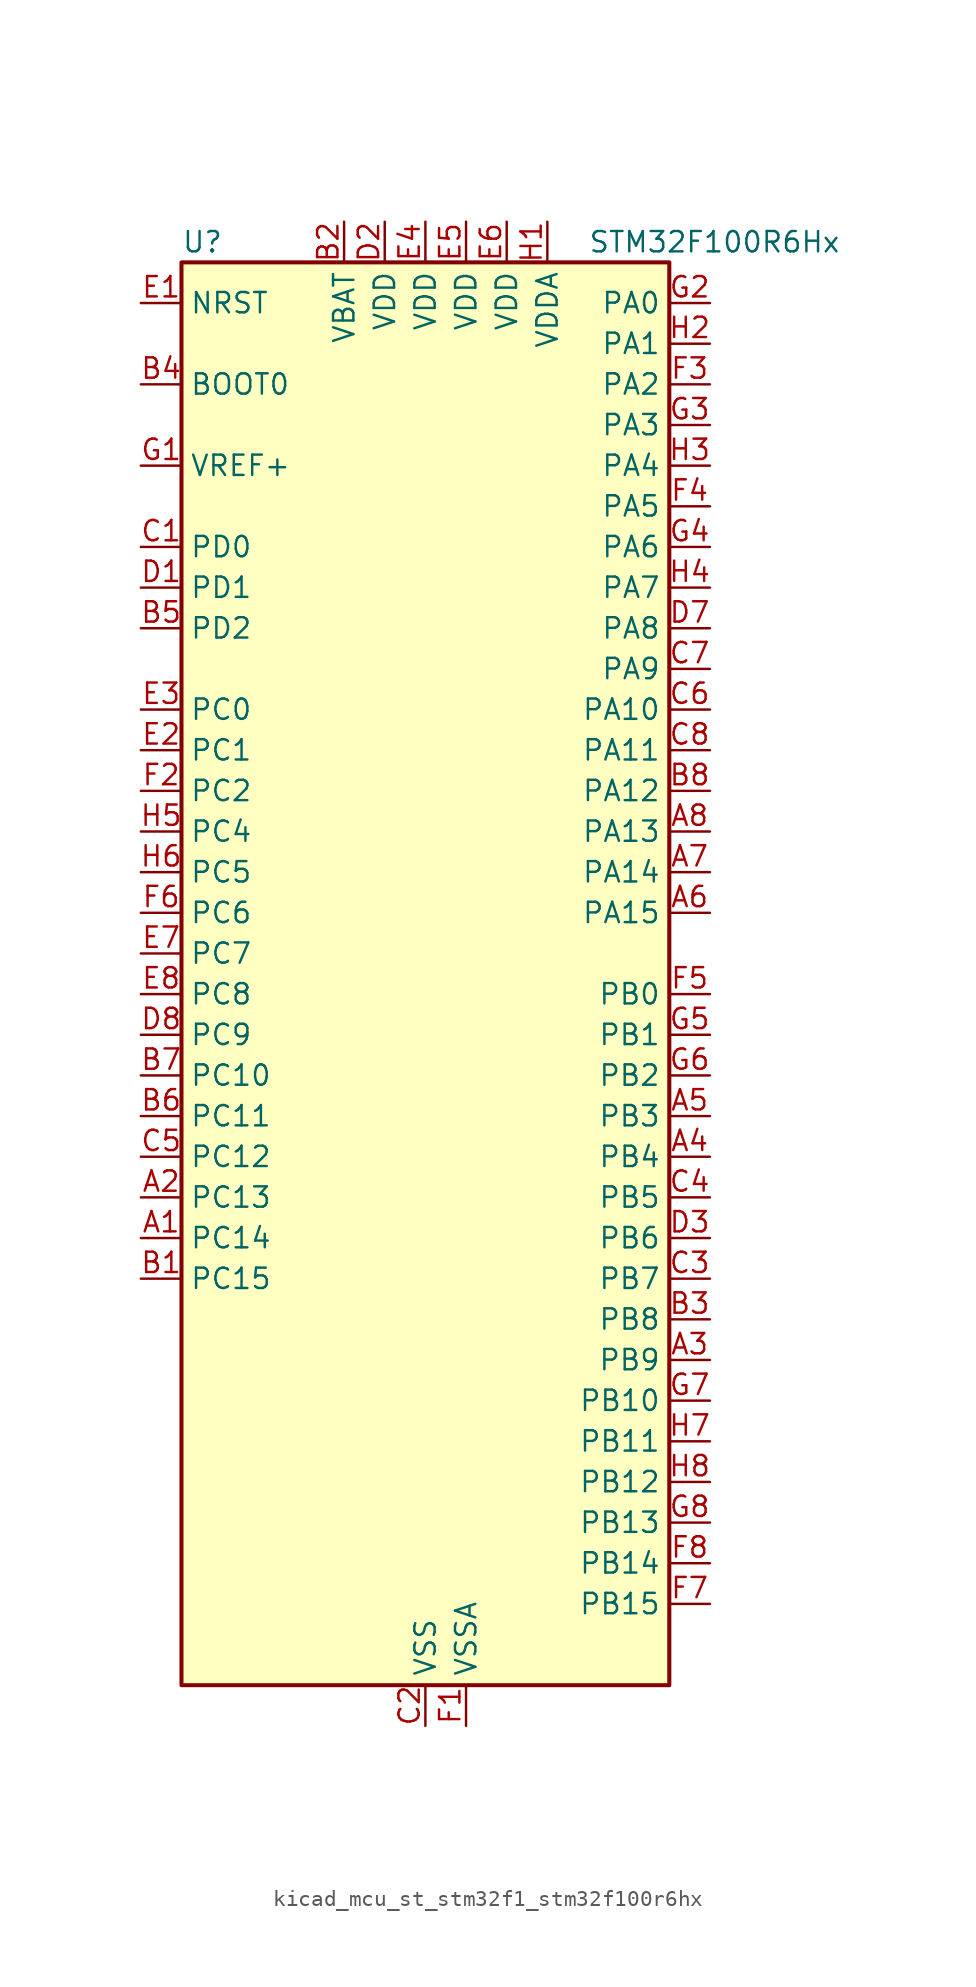
<source format=kicad_sym>
(kicad_symbol_lib
  (version 20220914)
  (generator kicad_symbol_editor)
  (symbol "kicad_mcu_st_stm32f1_stm32f100r6hx"
    (property "Reference" "U"
      (at -15.24 46.99 0)
      (effects (font (size 1.27 1.27)) (justify left)))
    (property "Value" "STM32F100R6Hx"
      (at 10.16 46.99 0)
      (effects (font (size 1.27 1.27)) (justify left)))
    (property "ki_locked" ""
      (at 0 0 0)
      (effects (font (size 1.27 1.27))))
    (symbol "kicad_mcu_st_stm32f1_stm32f100r6hx_0_1"
      (rectangle (start -15.24 -43.18) (end 15.24 45.72) (stroke (width 0.254) (type default)) (fill (type background))))
    (symbol "kicad_mcu_st_stm32f1_stm32f100r6hx_1_1"
      (pin bidirectional line (at -17.78 -15.24 0) (length 2.54) (name "PC14" (effects (font (size 1.27 1.27)))) (number "A1" (effects (font (size 1.27 1.27)))) (alternate "RCC_OSC32_IN" bidirectional line))
      (pin bidirectional line (at -17.78 -12.7 0) (length 2.54) (name "PC13" (effects (font (size 1.27 1.27)))) (number "A2" (effects (font (size 1.27 1.27)))) (alternate "RTC_OUT" bidirectional line) (alternate "RTC_TAMPER" bidirectional line))
      (pin bidirectional line (at 17.78 -22.86 180) (length 2.54) (name "PB9" (effects (font (size 1.27 1.27)))) (number "A3" (effects (font (size 1.27 1.27)))) (alternate "DAC_EXTI9" bidirectional line) (alternate "I2C1_SDA" bidirectional line) (alternate "TIM17_CH1" bidirectional line))
      (pin bidirectional line (at 17.78 -10.16 180) (length 2.54) (name "PB4" (effects (font (size 1.27 1.27)))) (number "A4" (effects (font (size 1.27 1.27)))) (alternate "SPI1_MISO" bidirectional line) (alternate "SYS_NJTRST" bidirectional line) (alternate "TIM3_CH1" bidirectional line))
      (pin bidirectional line (at 17.78 -7.62 180) (length 2.54) (name "PB3" (effects (font (size 1.27 1.27)))) (number "A5" (effects (font (size 1.27 1.27)))) (alternate "SPI1_SCK" bidirectional line) (alternate "SYS_JTDO-TRACESWO" bidirectional line) (alternate "TIM2_CH2" bidirectional line))
      (pin bidirectional line (at 17.78 5.08 180) (length 2.54) (name "PA15" (effects (font (size 1.27 1.27)))) (number "A6" (effects (font (size 1.27 1.27)))) (alternate "ADC1_EXTI15" bidirectional line) (alternate "SPI1_NSS" bidirectional line) (alternate "SYS_JTDI" bidirectional line) (alternate "TIM2_CH1" bidirectional line) (alternate "TIM2_ETR" bidirectional line))
      (pin bidirectional line (at 17.78 7.62 180) (length 2.54) (name "PA14" (effects (font (size 1.27 1.27)))) (number "A7" (effects (font (size 1.27 1.27)))) (alternate "SYS_JTCK-SWCLK" bidirectional line))
      (pin bidirectional line (at 17.78 10.16 180) (length 2.54) (name "PA13" (effects (font (size 1.27 1.27)))) (number "A8" (effects (font (size 1.27 1.27)))) (alternate "SYS_JTMS-SWDIO" bidirectional line))
      (pin bidirectional line (at -17.78 -17.78 0) (length 2.54) (name "PC15" (effects (font (size 1.27 1.27)))) (number "B1" (effects (font (size 1.27 1.27)))) (alternate "ADC1_EXTI15" bidirectional line) (alternate "RCC_OSC32_OUT" bidirectional line))
      (pin power_in line (at -5.08 48.26 270) (length 2.54) (name "VBAT" (effects (font (size 1.27 1.27)))) (number "B2" (effects (font (size 1.27 1.27)))))
      (pin bidirectional line (at 17.78 -20.32 180) (length 2.54) (name "PB8" (effects (font (size 1.27 1.27)))) (number "B3" (effects (font (size 1.27 1.27)))) (alternate "CEC" bidirectional line) (alternate "I2C1_SCL" bidirectional line) (alternate "TIM16_CH1" bidirectional line))
      (pin input line (at -17.78 38.1 0) (length 2.54) (name "BOOT0" (effects (font (size 1.27 1.27)))) (number "B4" (effects (font (size 1.27 1.27)))))
      (pin bidirectional line (at -17.78 22.86 0) (length 2.54) (name "PD2" (effects (font (size 1.27 1.27)))) (number "B5" (effects (font (size 1.27 1.27)))) (alternate "TIM3_ETR" bidirectional line))
      (pin bidirectional line (at -17.78 -7.62 0) (length 2.54) (name "PC11" (effects (font (size 1.27 1.27)))) (number "B6" (effects (font (size 1.27 1.27)))) (alternate "ADC1_EXTI11" bidirectional line))
      (pin bidirectional line (at -17.78 -5.08 0) (length 2.54) (name "PC10" (effects (font (size 1.27 1.27)))) (number "B7" (effects (font (size 1.27 1.27)))))
      (pin bidirectional line (at 17.78 12.7 180) (length 2.54) (name "PA12" (effects (font (size 1.27 1.27)))) (number "B8" (effects (font (size 1.27 1.27)))) (alternate "TIM1_ETR" bidirectional line) (alternate "USART1_RTS" bidirectional line))
      (pin bidirectional line (at -17.78 27.94 0) (length 2.54) (name "PD0" (effects (font (size 1.27 1.27)))) (number "C1" (effects (font (size 1.27 1.27)))) (alternate "RCC_OSC_IN" bidirectional line))
      (pin power_in line (at 0 -45.72 90) (length 2.54) (name "VSS" (effects (font (size 1.27 1.27)))) (number "C2" (effects (font (size 1.27 1.27)))))
      (pin bidirectional line (at 17.78 -17.78 180) (length 2.54) (name "PB7" (effects (font (size 1.27 1.27)))) (number "C3" (effects (font (size 1.27 1.27)))) (alternate "I2C1_SDA" bidirectional line) (alternate "TIM17_CH1N" bidirectional line) (alternate "USART1_RX" bidirectional line))
      (pin bidirectional line (at 17.78 -12.7 180) (length 2.54) (name "PB5" (effects (font (size 1.27 1.27)))) (number "C4" (effects (font (size 1.27 1.27)))) (alternate "I2C1_SMBA" bidirectional line) (alternate "SPI1_MOSI" bidirectional line) (alternate "TIM16_BKIN" bidirectional line) (alternate "TIM3_CH2" bidirectional line))
      (pin bidirectional line (at -17.78 -10.16 0) (length 2.54) (name "PC12" (effects (font (size 1.27 1.27)))) (number "C5" (effects (font (size 1.27 1.27)))))
      (pin bidirectional line (at 17.78 17.78 180) (length 2.54) (name "PA10" (effects (font (size 1.27 1.27)))) (number "C6" (effects (font (size 1.27 1.27)))) (alternate "TIM17_BKIN" bidirectional line) (alternate "TIM1_CH3" bidirectional line) (alternate "USART1_RX" bidirectional line))
      (pin bidirectional line (at 17.78 20.32 180) (length 2.54) (name "PA9" (effects (font (size 1.27 1.27)))) (number "C7" (effects (font (size 1.27 1.27)))) (alternate "DAC_EXTI9" bidirectional line) (alternate "TIM15_BKIN" bidirectional line) (alternate "TIM1_CH2" bidirectional line) (alternate "USART1_TX" bidirectional line))
      (pin bidirectional line (at 17.78 15.24 180) (length 2.54) (name "PA11" (effects (font (size 1.27 1.27)))) (number "C8" (effects (font (size 1.27 1.27)))) (alternate "ADC1_EXTI11" bidirectional line) (alternate "TIM1_CH4" bidirectional line) (alternate "USART1_CTS" bidirectional line))
      (pin bidirectional line (at -17.78 25.4 0) (length 2.54) (name "PD1" (effects (font (size 1.27 1.27)))) (number "D1" (effects (font (size 1.27 1.27)))) (alternate "RCC_OSC_OUT" bidirectional line))
      (pin power_in line (at -2.54 48.26 270) (length 2.54) (name "VDD" (effects (font (size 1.27 1.27)))) (number "D2" (effects (font (size 1.27 1.27)))))
      (pin bidirectional line (at 17.78 -15.24 180) (length 2.54) (name "PB6" (effects (font (size 1.27 1.27)))) (number "D3" (effects (font (size 1.27 1.27)))) (alternate "I2C1_SCL" bidirectional line) (alternate "TIM16_CH1N" bidirectional line) (alternate "USART1_TX" bidirectional line))
      (pin passive line (at 0 -45.72 90) (length 2.54) hide (name "VSS" (effects (font (size 1.27 1.27)))) (number "D4" (effects (font (size 1.27 1.27)))))
      (pin passive line (at 0 -45.72 90) (length 2.54) hide (name "VSS" (effects (font (size 1.27 1.27)))) (number "D5" (effects (font (size 1.27 1.27)))))
      (pin passive line (at 0 -45.72 90) (length 2.54) hide (name "VSS" (effects (font (size 1.27 1.27)))) (number "D6" (effects (font (size 1.27 1.27)))))
      (pin bidirectional line (at 17.78 22.86 180) (length 2.54) (name "PA8" (effects (font (size 1.27 1.27)))) (number "D7" (effects (font (size 1.27 1.27)))) (alternate "RCC_MCO" bidirectional line) (alternate "TIM1_CH1" bidirectional line) (alternate "USART1_CK" bidirectional line))
      (pin bidirectional line (at -17.78 -2.54 0) (length 2.54) (name "PC9" (effects (font (size 1.27 1.27)))) (number "D8" (effects (font (size 1.27 1.27)))) (alternate "DAC_EXTI9" bidirectional line) (alternate "TIM3_CH4" bidirectional line))
      (pin input line (at -17.78 43.18 0) (length 2.54) (name "NRST" (effects (font (size 1.27 1.27)))) (number "E1" (effects (font (size 1.27 1.27)))))
      (pin bidirectional line (at -17.78 15.24 0) (length 2.54) (name "PC1" (effects (font (size 1.27 1.27)))) (number "E2" (effects (font (size 1.27 1.27)))) (alternate "ADC1_IN11" bidirectional line))
      (pin bidirectional line (at -17.78 17.78 0) (length 2.54) (name "PC0" (effects (font (size 1.27 1.27)))) (number "E3" (effects (font (size 1.27 1.27)))) (alternate "ADC1_IN10" bidirectional line))
      (pin power_in line (at 0 48.26 270) (length 2.54) (name "VDD" (effects (font (size 1.27 1.27)))) (number "E4" (effects (font (size 1.27 1.27)))))
      (pin power_in line (at 2.54 48.26 270) (length 2.54) (name "VDD" (effects (font (size 1.27 1.27)))) (number "E5" (effects (font (size 1.27 1.27)))))
      (pin power_in line (at 5.08 48.26 270) (length 2.54) (name "VDD" (effects (font (size 1.27 1.27)))) (number "E6" (effects (font (size 1.27 1.27)))))
      (pin bidirectional line (at -17.78 2.54 0) (length 2.54) (name "PC7" (effects (font (size 1.27 1.27)))) (number "E7" (effects (font (size 1.27 1.27)))) (alternate "TIM3_CH2" bidirectional line))
      (pin bidirectional line (at -17.78 0 0) (length 2.54) (name "PC8" (effects (font (size 1.27 1.27)))) (number "E8" (effects (font (size 1.27 1.27)))) (alternate "TIM3_CH3" bidirectional line))
      (pin power_in line (at 2.54 -45.72 90) (length 2.54) (name "VSSA" (effects (font (size 1.27 1.27)))) (number "F1" (effects (font (size 1.27 1.27)))))
      (pin bidirectional line (at -17.78 12.7 0) (length 2.54) (name "PC2" (effects (font (size 1.27 1.27)))) (number "F2" (effects (font (size 1.27 1.27)))) (alternate "ADC1_IN12" bidirectional line))
      (pin bidirectional line (at 17.78 38.1 180) (length 2.54) (name "PA2" (effects (font (size 1.27 1.27)))) (number "F3" (effects (font (size 1.27 1.27)))) (alternate "ADC1_IN2" bidirectional line) (alternate "TIM15_CH1" bidirectional line) (alternate "TIM2_CH3" bidirectional line) (alternate "USART2_TX" bidirectional line))
      (pin bidirectional line (at 17.78 30.48 180) (length 2.54) (name "PA5" (effects (font (size 1.27 1.27)))) (number "F4" (effects (font (size 1.27 1.27)))) (alternate "ADC1_IN5" bidirectional line) (alternate "DAC_OUT2" bidirectional line) (alternate "SPI1_SCK" bidirectional line))
      (pin bidirectional line (at 17.78 0 180) (length 2.54) (name "PB0" (effects (font (size 1.27 1.27)))) (number "F5" (effects (font (size 1.27 1.27)))) (alternate "ADC1_IN8" bidirectional line) (alternate "TIM1_CH2N" bidirectional line) (alternate "TIM3_CH3" bidirectional line))
      (pin bidirectional line (at -17.78 5.08 0) (length 2.54) (name "PC6" (effects (font (size 1.27 1.27)))) (number "F6" (effects (font (size 1.27 1.27)))) (alternate "TIM3_CH1" bidirectional line))
      (pin bidirectional line (at 17.78 -38.1 180) (length 2.54) (name "PB15" (effects (font (size 1.27 1.27)))) (number "F7" (effects (font (size 1.27 1.27)))) (alternate "ADC1_EXTI15" bidirectional line) (alternate "TIM15_CH1N" bidirectional line) (alternate "TIM15_CH2" bidirectional line) (alternate "TIM1_CH3N" bidirectional line))
      (pin bidirectional line (at 17.78 -35.56 180) (length 2.54) (name "PB14" (effects (font (size 1.27 1.27)))) (number "F8" (effects (font (size 1.27 1.27)))) (alternate "TIM15_CH1" bidirectional line) (alternate "TIM1_CH2N" bidirectional line))
      (pin input line (at -17.78 33.02 0) (length 2.54) (name "VREF+" (effects (font (size 1.27 1.27)))) (number "G1" (effects (font (size 1.27 1.27)))))
      (pin bidirectional line (at 17.78 43.18 180) (length 2.54) (name "PA0" (effects (font (size 1.27 1.27)))) (number "G2" (effects (font (size 1.27 1.27)))) (alternate "ADC1_IN0" bidirectional line) (alternate "SYS_WKUP" bidirectional line) (alternate "TIM2_CH1" bidirectional line) (alternate "TIM2_ETR" bidirectional line) (alternate "USART2_CTS" bidirectional line))
      (pin bidirectional line (at 17.78 35.56 180) (length 2.54) (name "PA3" (effects (font (size 1.27 1.27)))) (number "G3" (effects (font (size 1.27 1.27)))) (alternate "ADC1_IN3" bidirectional line) (alternate "TIM15_CH2" bidirectional line) (alternate "TIM2_CH4" bidirectional line) (alternate "USART2_RX" bidirectional line))
      (pin bidirectional line (at 17.78 27.94 180) (length 2.54) (name "PA6" (effects (font (size 1.27 1.27)))) (number "G4" (effects (font (size 1.27 1.27)))) (alternate "ADC1_IN6" bidirectional line) (alternate "SPI1_MISO" bidirectional line) (alternate "TIM16_CH1" bidirectional line) (alternate "TIM1_BKIN" bidirectional line) (alternate "TIM3_CH1" bidirectional line))
      (pin bidirectional line (at 17.78 -2.54 180) (length 2.54) (name "PB1" (effects (font (size 1.27 1.27)))) (number "G5" (effects (font (size 1.27 1.27)))) (alternate "ADC1_IN9" bidirectional line) (alternate "TIM1_CH3N" bidirectional line) (alternate "TIM3_CH4" bidirectional line))
      (pin bidirectional line (at 17.78 -5.08 180) (length 2.54) (name "PB2" (effects (font (size 1.27 1.27)))) (number "G6" (effects (font (size 1.27 1.27)))))
      (pin bidirectional line (at 17.78 -25.4 180) (length 2.54) (name "PB10" (effects (font (size 1.27 1.27)))) (number "G7" (effects (font (size 1.27 1.27)))) (alternate "CEC" bidirectional line) (alternate "TIM2_CH3" bidirectional line))
      (pin bidirectional line (at 17.78 -33.02 180) (length 2.54) (name "PB13" (effects (font (size 1.27 1.27)))) (number "G8" (effects (font (size 1.27 1.27)))) (alternate "TIM1_CH1N" bidirectional line))
      (pin power_in line (at 7.62 48.26 270) (length 2.54) (name "VDDA" (effects (font (size 1.27 1.27)))) (number "H1" (effects (font (size 1.27 1.27)))))
      (pin bidirectional line (at 17.78 40.64 180) (length 2.54) (name "PA1" (effects (font (size 1.27 1.27)))) (number "H2" (effects (font (size 1.27 1.27)))) (alternate "ADC1_IN1" bidirectional line) (alternate "TIM2_CH2" bidirectional line) (alternate "USART2_RTS" bidirectional line))
      (pin bidirectional line (at 17.78 33.02 180) (length 2.54) (name "PA4" (effects (font (size 1.27 1.27)))) (number "H3" (effects (font (size 1.27 1.27)))) (alternate "ADC1_IN4" bidirectional line) (alternate "DAC_OUT1" bidirectional line) (alternate "SPI1_NSS" bidirectional line) (alternate "USART2_CK" bidirectional line))
      (pin bidirectional line (at 17.78 25.4 180) (length 2.54) (name "PA7" (effects (font (size 1.27 1.27)))) (number "H4" (effects (font (size 1.27 1.27)))) (alternate "ADC1_IN7" bidirectional line) (alternate "SPI1_MOSI" bidirectional line) (alternate "TIM17_CH1" bidirectional line) (alternate "TIM1_CH1N" bidirectional line) (alternate "TIM3_CH2" bidirectional line))
      (pin bidirectional line (at -17.78 10.16 0) (length 2.54) (name "PC4" (effects (font (size 1.27 1.27)))) (number "H5" (effects (font (size 1.27 1.27)))) (alternate "ADC1_IN14" bidirectional line))
      (pin bidirectional line (at -17.78 7.62 0) (length 2.54) (name "PC5" (effects (font (size 1.27 1.27)))) (number "H6" (effects (font (size 1.27 1.27)))) (alternate "ADC1_IN15" bidirectional line))
      (pin bidirectional line (at 17.78 -27.94 180) (length 2.54) (name "PB11" (effects (font (size 1.27 1.27)))) (number "H7" (effects (font (size 1.27 1.27)))) (alternate "ADC1_EXTI11" bidirectional line) (alternate "TIM2_CH4" bidirectional line))
      (pin bidirectional line (at 17.78 -30.48 180) (length 2.54) (name "PB12" (effects (font (size 1.27 1.27)))) (number "H8" (effects (font (size 1.27 1.27)))) (alternate "TIM1_BKIN" bidirectional line)))))
</source>
